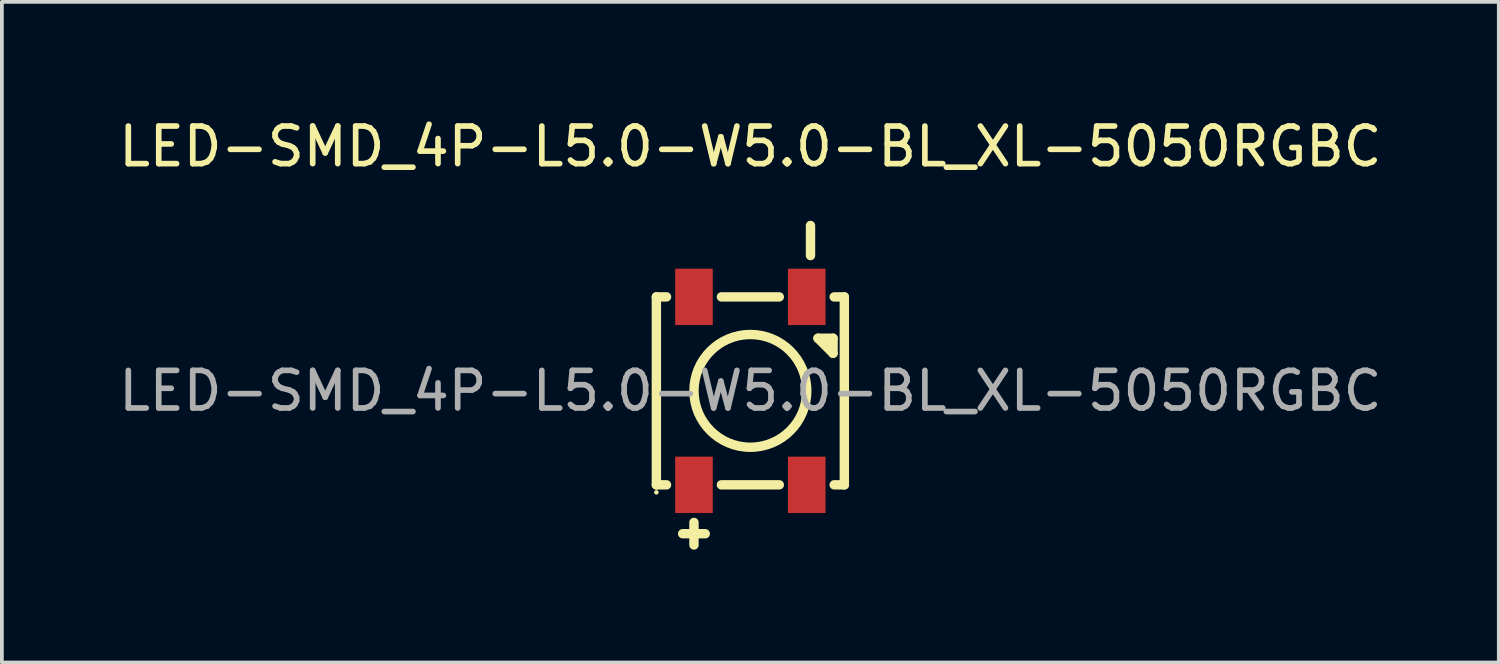
<source format=kicad_pcb>
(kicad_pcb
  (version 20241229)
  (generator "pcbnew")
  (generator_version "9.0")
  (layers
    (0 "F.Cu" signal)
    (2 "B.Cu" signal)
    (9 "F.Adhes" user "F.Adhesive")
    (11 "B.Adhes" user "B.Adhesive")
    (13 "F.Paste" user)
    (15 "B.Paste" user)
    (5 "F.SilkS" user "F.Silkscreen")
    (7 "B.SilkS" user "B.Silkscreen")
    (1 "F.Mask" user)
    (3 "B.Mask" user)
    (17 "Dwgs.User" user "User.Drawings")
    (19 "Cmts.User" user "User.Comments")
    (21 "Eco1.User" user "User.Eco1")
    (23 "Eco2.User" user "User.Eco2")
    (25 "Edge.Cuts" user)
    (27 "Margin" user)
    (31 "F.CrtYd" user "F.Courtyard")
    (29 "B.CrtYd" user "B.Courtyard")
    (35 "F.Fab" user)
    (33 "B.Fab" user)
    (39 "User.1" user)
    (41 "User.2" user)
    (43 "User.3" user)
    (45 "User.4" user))
  (footprint "LED-SMD_4P-L5.0-W5.0-BL_XL-5050RGBC"
    (layer "F.Cu")
    (at 16.911 7.348)
    (property "Reference" "LED-SMD_4P-L5.0-W5.0-BL_XL-5050RGBC" (at 0 -6.5 0) (layer "F.SilkS") (effects (font (size 1 1) (thickness 0.15))))
    (attr smd)
    (fp_line (start -2.5 -2.5) (end -2.23 -2.5) (stroke (width 0.25) (type solid)) (layer "F.SilkS"))
    (fp_line (start -2.5 2.5) (end -2.5 -2.5) (stroke (width 0.25) (type solid)) (layer "F.SilkS"))
    (fp_line (start -2.5 2.5) (end -2.23 2.5) (stroke (width 0.25) (type solid)) (layer "F.SilkS"))
    (fp_line (start -1.8 3.8) (end -1.2 3.8) (stroke (width 0.25) (type solid)) (layer "F.SilkS"))
    (fp_line (start -1.5 4.1) (end -1.5 3.5) (stroke (width 0.25) (type solid)) (layer "F.SilkS"))
    (fp_line (start -0.77 -2.5) (end 0.77 -2.5) (stroke (width 0.25) (type solid)) (layer "F.SilkS"))
    (fp_line (start -0.77 2.5) (end 0.77 2.5) (stroke (width 0.25) (type solid)) (layer "F.SilkS"))
    (fp_line (start 1.6 -4.4) (end 1.6 -3.6) (stroke (width 0.25) (type solid)) (layer "F.SilkS"))
    (fp_line (start 1.8 -1.4) (end 2.2 -1.4) (stroke (width 0.25) (type solid)) (layer "F.SilkS"))
    (fp_line (start 2.2 -1.4) (end 2.2 -1) (stroke (width 0.25) (type solid)) (layer "F.SilkS"))
    (fp_line (start 2.2 -1) (end 1.8 -1.4) (stroke (width 0.25) (type solid)) (layer "F.SilkS"))
    (fp_line (start 2.23 -2.5) (end 2.5 -2.5) (stroke (width 0.25) (type solid)) (layer "F.SilkS"))
    (fp_line (start 2.23 2.5) (end 2.5 2.5) (stroke (width 0.25) (type solid)) (layer "F.SilkS"))
    (fp_line (start 2.5 2.5) (end 2.5 -2.5) (stroke (width 0.25) (type solid)) (layer "F.SilkS"))
    (fp_circle (center -2.5 2.7) (end -2.47 2.7) (stroke (width 0.06) (type solid)) (fill no) (layer "F.SilkS"))
    (fp_circle (center 0 0) (end 1.5 0) (stroke (width 0.25) (type solid)) (fill no) (layer "F.SilkS"))
    (fp_text user "${REFERENCE}" (at 0 0 0) (layer "F.Fab") (effects (font (size 1 1) (thickness 0.15))))
    (pad "1" smd rect (at -1.5 2.5 90) (size 1.5 1) (layers "F.Cu" "F.Mask" "F.Paste"))
    (pad "2" smd rect (at 1.5 2.5 90) (size 1.5 1) (layers "F.Cu" "F.Mask" "F.Paste"))
    (pad "3" smd rect (at 1.5 -2.5 90) (size 1.5 1) (layers "F.Cu" "F.Mask" "F.Paste"))
    (pad "4" smd rect (at -1.5 -2.5 90) (size 1.5 1) (layers "F.Cu" "F.Mask" "F.Paste")))
  (gr_rect
    (start -3 -3)
    (end 36.821 14.573)
    (stroke (width 0.1) (type default))
    (fill no)
    (layer "Edge.Cuts")))
</source>
